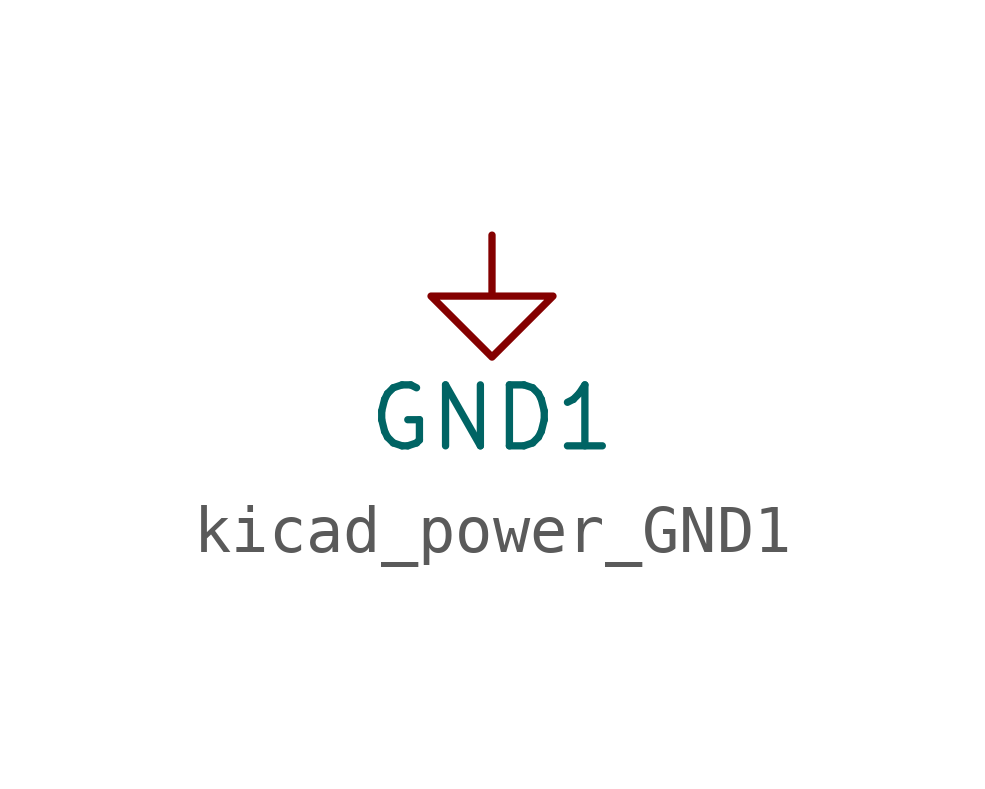
<source format=kicad_sym>
(kicad_symbol_lib
  (version 20220914)
  (generator kicad_symbol_editor)
  (symbol "kicad_power_GND1"
    (power)
    (pin_names
      (offset 0))
    (property "Reference" "#PWR"
      (at 0 -6.35 0)
      (effects (font (size 1.27 1.27)) hide))
    (property "Value" "GND1"
      (at 0 -3.81 0)
      (effects (font (size 1.27 1.27))))
    (symbol "kicad_power_GND1_0_1"
      (polyline (pts (xy 0 0) (xy 0 -1.27) (xy 1.27 -1.27) (xy 0 -2.54) (xy -1.27 -1.27) (xy 0 -1.27)) (stroke (width 0) (type default)) (fill (type none))))
    (symbol "kicad_power_GND1_1_1"
      (pin power_in line (at 0 0 270) (length 0) hide (name "GND1" (effects (font (size 1.27 1.27)))) (number "1" (effects (font (size 1.27 1.27))))))))
</source>
